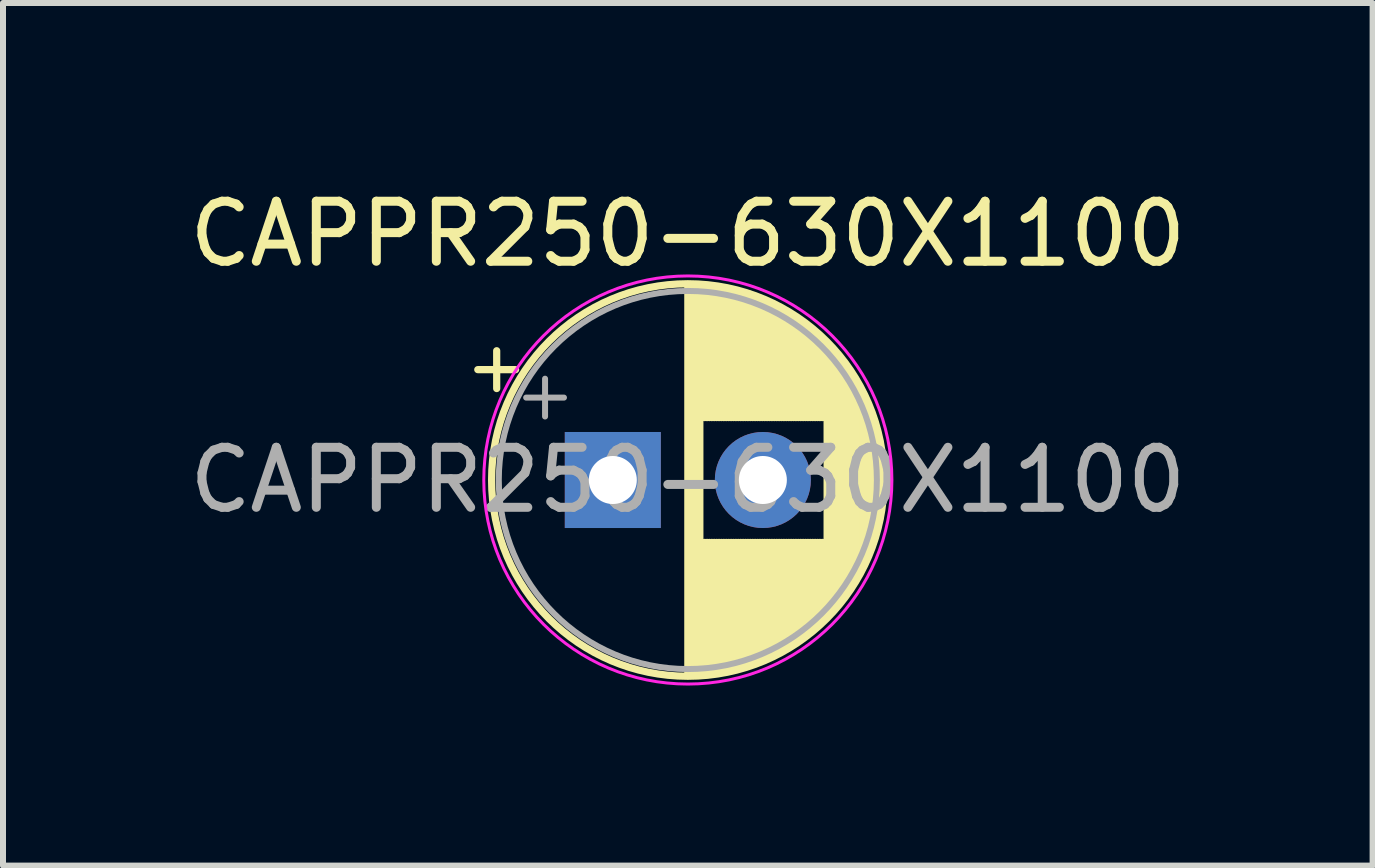
<source format=kicad_pcb>
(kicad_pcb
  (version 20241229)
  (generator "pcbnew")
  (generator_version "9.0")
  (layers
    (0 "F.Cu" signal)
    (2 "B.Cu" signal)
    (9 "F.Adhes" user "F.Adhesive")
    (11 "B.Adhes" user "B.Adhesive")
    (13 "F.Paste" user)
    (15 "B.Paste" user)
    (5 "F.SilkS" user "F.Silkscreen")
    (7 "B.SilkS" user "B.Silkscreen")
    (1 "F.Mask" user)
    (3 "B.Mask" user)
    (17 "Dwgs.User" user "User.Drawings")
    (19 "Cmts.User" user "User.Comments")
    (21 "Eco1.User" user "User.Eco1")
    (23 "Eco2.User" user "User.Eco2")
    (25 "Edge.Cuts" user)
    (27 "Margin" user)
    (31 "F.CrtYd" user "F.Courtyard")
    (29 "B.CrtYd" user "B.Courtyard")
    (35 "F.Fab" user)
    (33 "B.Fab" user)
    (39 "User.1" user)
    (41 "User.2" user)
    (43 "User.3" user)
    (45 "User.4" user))
  (footprint "CAPPR250-630X1100"
    (layer "F.Cu")
    (at 8.411 4.948)
    (property "Reference" "CAPPR250-630X1100" (at 0 -4.1 0) (layer "F.SilkS") (effects (font (size 1 1) (thickness 0.15))))
    (attr through_hole)
    (fp_line (start -3.5 -1.839) (end -2.87 -1.839) (stroke (width 0.12) (type solid)) (layer "F.SilkS"))
    (fp_line (start -3.185 -2.154) (end -3.185 -1.524) (stroke (width 0.12) (type solid)) (layer "F.SilkS"))
    (fp_line (start 0 -3.23) (end 0 3.23) (stroke (width 0.12) (type solid)) (layer "F.SilkS"))
    (fp_line (start 0.04 -3.23) (end 0.04 3.23) (stroke (width 0.12) (type solid)) (layer "F.SilkS"))
    (fp_line (start 0.08 -3.23) (end 0.08 3.23) (stroke (width 0.12) (type solid)) (layer "F.SilkS"))
    (fp_line (start 0.12 -3.228) (end 0.12 3.228) (stroke (width 0.12) (type solid)) (layer "F.SilkS"))
    (fp_line (start 0.16 -3.227) (end 0.16 3.227) (stroke (width 0.12) (type solid)) (layer "F.SilkS"))
    (fp_line (start 0.2 -3.224) (end 0.2 3.224) (stroke (width 0.12) (type solid)) (layer "F.SilkS"))
    (fp_line (start 0.24 -3.222) (end 0.24 -1.04) (stroke (width 0.12) (type solid)) (layer "F.SilkS"))
    (fp_line (start 0.24 1.04) (end 0.24 3.222) (stroke (width 0.12) (type solid)) (layer "F.SilkS"))
    (fp_line (start 0.28 -3.218) (end 0.28 -1.04) (stroke (width 0.12) (type solid)) (layer "F.SilkS"))
    (fp_line (start 0.28 1.04) (end 0.28 3.218) (stroke (width 0.12) (type solid)) (layer "F.SilkS"))
    (fp_line (start 0.32 -3.215) (end 0.32 -1.04) (stroke (width 0.12) (type solid)) (layer "F.SilkS"))
    (fp_line (start 0.32 1.04) (end 0.32 3.215) (stroke (width 0.12) (type solid)) (layer "F.SilkS"))
    (fp_line (start 0.36 -3.211) (end 0.36 -1.04) (stroke (width 0.12) (type solid)) (layer "F.SilkS"))
    (fp_line (start 0.36 1.04) (end 0.36 3.211) (stroke (width 0.12) (type solid)) (layer "F.SilkS"))
    (fp_line (start 0.4 -3.206) (end 0.4 -1.04) (stroke (width 0.12) (type solid)) (layer "F.SilkS"))
    (fp_line (start 0.4 1.04) (end 0.4 3.206) (stroke (width 0.12) (type solid)) (layer "F.SilkS"))
    (fp_line (start 0.44 -3.201) (end 0.44 -1.04) (stroke (width 0.12) (type solid)) (layer "F.SilkS"))
    (fp_line (start 0.44 1.04) (end 0.44 3.201) (stroke (width 0.12) (type solid)) (layer "F.SilkS"))
    (fp_line (start 0.48 -3.195) (end 0.48 -1.04) (stroke (width 0.12) (type solid)) (layer "F.SilkS"))
    (fp_line (start 0.48 1.04) (end 0.48 3.195) (stroke (width 0.12) (type solid)) (layer "F.SilkS"))
    (fp_line (start 0.52 -3.189) (end 0.52 -1.04) (stroke (width 0.12) (type solid)) (layer "F.SilkS"))
    (fp_line (start 0.52 1.04) (end 0.52 3.189) (stroke (width 0.12) (type solid)) (layer "F.SilkS"))
    (fp_line (start 0.56 -3.182) (end 0.56 -1.04) (stroke (width 0.12) (type solid)) (layer "F.SilkS"))
    (fp_line (start 0.56 1.04) (end 0.56 3.182) (stroke (width 0.12) (type solid)) (layer "F.SilkS"))
    (fp_line (start 0.6 -3.175) (end 0.6 -1.04) (stroke (width 0.12) (type solid)) (layer "F.SilkS"))
    (fp_line (start 0.6 1.04) (end 0.6 3.175) (stroke (width 0.12) (type solid)) (layer "F.SilkS"))
    (fp_line (start 0.64 -3.167) (end 0.64 -1.04) (stroke (width 0.12) (type solid)) (layer "F.SilkS"))
    (fp_line (start 0.64 1.04) (end 0.64 3.167) (stroke (width 0.12) (type solid)) (layer "F.SilkS"))
    (fp_line (start 0.68 -3.159) (end 0.68 -1.04) (stroke (width 0.12) (type solid)) (layer "F.SilkS"))
    (fp_line (start 0.68 1.04) (end 0.68 3.159) (stroke (width 0.12) (type solid)) (layer "F.SilkS"))
    (fp_line (start 0.721 -3.15) (end 0.721 -1.04) (stroke (width 0.12) (type solid)) (layer "F.SilkS"))
    (fp_line (start 0.721 1.04) (end 0.721 3.15) (stroke (width 0.12) (type solid)) (layer "F.SilkS"))
    (fp_line (start 0.761 -3.141) (end 0.761 -1.04) (stroke (width 0.12) (type solid)) (layer "F.SilkS"))
    (fp_line (start 0.761 1.04) (end 0.761 3.141) (stroke (width 0.12) (type solid)) (layer "F.SilkS"))
    (fp_line (start 0.801 -3.131) (end 0.801 -1.04) (stroke (width 0.12) (type solid)) (layer "F.SilkS"))
    (fp_line (start 0.801 1.04) (end 0.801 3.131) (stroke (width 0.12) (type solid)) (layer "F.SilkS"))
    (fp_line (start 0.841 -3.121) (end 0.841 -1.04) (stroke (width 0.12) (type solid)) (layer "F.SilkS"))
    (fp_line (start 0.841 1.04) (end 0.841 3.121) (stroke (width 0.12) (type solid)) (layer "F.SilkS"))
    (fp_line (start 0.881 -3.11) (end 0.881 -1.04) (stroke (width 0.12) (type solid)) (layer "F.SilkS"))
    (fp_line (start 0.881 1.04) (end 0.881 3.11) (stroke (width 0.12) (type solid)) (layer "F.SilkS"))
    (fp_line (start 0.921 -3.098) (end 0.921 -1.04) (stroke (width 0.12) (type solid)) (layer "F.SilkS"))
    (fp_line (start 0.921 1.04) (end 0.921 3.098) (stroke (width 0.12) (type solid)) (layer "F.SilkS"))
    (fp_line (start 0.961 -3.086) (end 0.961 -1.04) (stroke (width 0.12) (type solid)) (layer "F.SilkS"))
    (fp_line (start 0.961 1.04) (end 0.961 3.086) (stroke (width 0.12) (type solid)) (layer "F.SilkS"))
    (fp_line (start 1.001 -3.074) (end 1.001 -1.04) (stroke (width 0.12) (type solid)) (layer "F.SilkS"))
    (fp_line (start 1.001 1.04) (end 1.001 3.074) (stroke (width 0.12) (type solid)) (layer "F.SilkS"))
    (fp_line (start 1.041 -3.061) (end 1.041 -1.04) (stroke (width 0.12) (type solid)) (layer "F.SilkS"))
    (fp_line (start 1.041 1.04) (end 1.041 3.061) (stroke (width 0.12) (type solid)) (layer "F.SilkS"))
    (fp_line (start 1.081 -3.047) (end 1.081 -1.04) (stroke (width 0.12) (type solid)) (layer "F.SilkS"))
    (fp_line (start 1.081 1.04) (end 1.081 3.047) (stroke (width 0.12) (type solid)) (layer "F.SilkS"))
    (fp_line (start 1.121 -3.033) (end 1.121 -1.04) (stroke (width 0.12) (type solid)) (layer "F.SilkS"))
    (fp_line (start 1.121 1.04) (end 1.121 3.033) (stroke (width 0.12) (type solid)) (layer "F.SilkS"))
    (fp_line (start 1.161 -3.018) (end 1.161 -1.04) (stroke (width 0.12) (type solid)) (layer "F.SilkS"))
    (fp_line (start 1.161 1.04) (end 1.161 3.018) (stroke (width 0.12) (type solid)) (layer "F.SilkS"))
    (fp_line (start 1.201 -3.002) (end 1.201 -1.04) (stroke (width 0.12) (type solid)) (layer "F.SilkS"))
    (fp_line (start 1.201 1.04) (end 1.201 3.002) (stroke (width 0.12) (type solid)) (layer "F.SilkS"))
    (fp_line (start 1.241 -2.986) (end 1.241 -1.04) (stroke (width 0.12) (type solid)) (layer "F.SilkS"))
    (fp_line (start 1.241 1.04) (end 1.241 2.986) (stroke (width 0.12) (type solid)) (layer "F.SilkS"))
    (fp_line (start 1.281 -2.97) (end 1.281 -1.04) (stroke (width 0.12) (type solid)) (layer "F.SilkS"))
    (fp_line (start 1.281 1.04) (end 1.281 2.97) (stroke (width 0.12) (type solid)) (layer "F.SilkS"))
    (fp_line (start 1.321 -2.952) (end 1.321 -1.04) (stroke (width 0.12) (type solid)) (layer "F.SilkS"))
    (fp_line (start 1.321 1.04) (end 1.321 2.952) (stroke (width 0.12) (type solid)) (layer "F.SilkS"))
    (fp_line (start 1.361 -2.934) (end 1.361 -1.04) (stroke (width 0.12) (type solid)) (layer "F.SilkS"))
    (fp_line (start 1.361 1.04) (end 1.361 2.934) (stroke (width 0.12) (type solid)) (layer "F.SilkS"))
    (fp_line (start 1.401 -2.916) (end 1.401 -1.04) (stroke (width 0.12) (type solid)) (layer "F.SilkS"))
    (fp_line (start 1.401 1.04) (end 1.401 2.916) (stroke (width 0.12) (type solid)) (layer "F.SilkS"))
    (fp_line (start 1.441 -2.896) (end 1.441 -1.04) (stroke (width 0.12) (type solid)) (layer "F.SilkS"))
    (fp_line (start 1.441 1.04) (end 1.441 2.896) (stroke (width 0.12) (type solid)) (layer "F.SilkS"))
    (fp_line (start 1.481 -2.876) (end 1.481 -1.04) (stroke (width 0.12) (type solid)) (layer "F.SilkS"))
    (fp_line (start 1.481 1.04) (end 1.481 2.876) (stroke (width 0.12) (type solid)) (layer "F.SilkS"))
    (fp_line (start 1.521 -2.856) (end 1.521 -1.04) (stroke (width 0.12) (type solid)) (layer "F.SilkS"))
    (fp_line (start 1.521 1.04) (end 1.521 2.856) (stroke (width 0.12) (type solid)) (layer "F.SilkS"))
    (fp_line (start 1.561 -2.834) (end 1.561 -1.04) (stroke (width 0.12) (type solid)) (layer "F.SilkS"))
    (fp_line (start 1.561 1.04) (end 1.561 2.834) (stroke (width 0.12) (type solid)) (layer "F.SilkS"))
    (fp_line (start 1.601 -2.812) (end 1.601 -1.04) (stroke (width 0.12) (type solid)) (layer "F.SilkS"))
    (fp_line (start 1.601 1.04) (end 1.601 2.812) (stroke (width 0.12) (type solid)) (layer "F.SilkS"))
    (fp_line (start 1.641 -2.79) (end 1.641 -1.04) (stroke (width 0.12) (type solid)) (layer "F.SilkS"))
    (fp_line (start 1.641 1.04) (end 1.641 2.79) (stroke (width 0.12) (type solid)) (layer "F.SilkS"))
    (fp_line (start 1.681 -2.766) (end 1.681 -1.04) (stroke (width 0.12) (type solid)) (layer "F.SilkS"))
    (fp_line (start 1.681 1.04) (end 1.681 2.766) (stroke (width 0.12) (type solid)) (layer "F.SilkS"))
    (fp_line (start 1.721 -2.742) (end 1.721 -1.04) (stroke (width 0.12) (type solid)) (layer "F.SilkS"))
    (fp_line (start 1.721 1.04) (end 1.721 2.742) (stroke (width 0.12) (type solid)) (layer "F.SilkS"))
    (fp_line (start 1.761 -2.716) (end 1.761 -1.04) (stroke (width 0.12) (type solid)) (layer "F.SilkS"))
    (fp_line (start 1.761 1.04) (end 1.761 2.716) (stroke (width 0.12) (type solid)) (layer "F.SilkS"))
    (fp_line (start 1.801 -2.69) (end 1.801 -1.04) (stroke (width 0.12) (type solid)) (layer "F.SilkS"))
    (fp_line (start 1.801 1.04) (end 1.801 2.69) (stroke (width 0.12) (type solid)) (layer "F.SilkS"))
    (fp_line (start 1.841 -2.664) (end 1.841 -1.04) (stroke (width 0.12) (type solid)) (layer "F.SilkS"))
    (fp_line (start 1.841 1.04) (end 1.841 2.664) (stroke (width 0.12) (type solid)) (layer "F.SilkS"))
    (fp_line (start 1.881 -2.636) (end 1.881 -1.04) (stroke (width 0.12) (type solid)) (layer "F.SilkS"))
    (fp_line (start 1.881 1.04) (end 1.881 2.636) (stroke (width 0.12) (type solid)) (layer "F.SilkS"))
    (fp_line (start 1.921 -2.607) (end 1.921 -1.04) (stroke (width 0.12) (type solid)) (layer "F.SilkS"))
    (fp_line (start 1.921 1.04) (end 1.921 2.607) (stroke (width 0.12) (type solid)) (layer "F.SilkS"))
    (fp_line (start 1.961 -2.578) (end 1.961 -1.04) (stroke (width 0.12) (type solid)) (layer "F.SilkS"))
    (fp_line (start 1.961 1.04) (end 1.961 2.578) (stroke (width 0.12) (type solid)) (layer "F.SilkS"))
    (fp_line (start 2.001 -2.548) (end 2.001 -1.04) (stroke (width 0.12) (type solid)) (layer "F.SilkS"))
    (fp_line (start 2.001 1.04) (end 2.001 2.548) (stroke (width 0.12) (type solid)) (layer "F.SilkS"))
    (fp_line (start 2.041 -2.516) (end 2.041 -1.04) (stroke (width 0.12) (type solid)) (layer "F.SilkS"))
    (fp_line (start 2.041 1.04) (end 2.041 2.516) (stroke (width 0.12) (type solid)) (layer "F.SilkS"))
    (fp_line (start 2.081 -2.484) (end 2.081 -1.04) (stroke (width 0.12) (type solid)) (layer "F.SilkS"))
    (fp_line (start 2.081 1.04) (end 2.081 2.484) (stroke (width 0.12) (type solid)) (layer "F.SilkS"))
    (fp_line (start 2.121 -2.45) (end 2.121 -1.04) (stroke (width 0.12) (type solid)) (layer "F.SilkS"))
    (fp_line (start 2.121 1.04) (end 2.121 2.45) (stroke (width 0.12) (type solid)) (layer "F.SilkS"))
    (fp_line (start 2.161 -2.416) (end 2.161 -1.04) (stroke (width 0.12) (type solid)) (layer "F.SilkS"))
    (fp_line (start 2.161 1.04) (end 2.161 2.416) (stroke (width 0.12) (type solid)) (layer "F.SilkS"))
    (fp_line (start 2.201 -2.38) (end 2.201 -1.04) (stroke (width 0.12) (type solid)) (layer "F.SilkS"))
    (fp_line (start 2.201 1.04) (end 2.201 2.38) (stroke (width 0.12) (type solid)) (layer "F.SilkS"))
    (fp_line (start 2.241 -2.343) (end 2.241 -1.04) (stroke (width 0.12) (type solid)) (layer "F.SilkS"))
    (fp_line (start 2.241 1.04) (end 2.241 2.343) (stroke (width 0.12) (type solid)) (layer "F.SilkS"))
    (fp_line (start 2.281 -2.305) (end 2.281 -1.04) (stroke (width 0.12) (type solid)) (layer "F.SilkS"))
    (fp_line (start 2.281 1.04) (end 2.281 2.305) (stroke (width 0.12) (type solid)) (layer "F.SilkS"))
    (fp_line (start 2.321 -2.265) (end 2.321 2.265) (stroke (width 0.12) (type solid)) (layer "F.SilkS"))
    (fp_line (start 2.361 -2.224) (end 2.361 2.224) (stroke (width 0.12) (type solid)) (layer "F.SilkS"))
    (fp_line (start 2.401 -2.182) (end 2.401 2.182) (stroke (width 0.12) (type solid)) (layer "F.SilkS"))
    (fp_line (start 2.441 -2.137) (end 2.441 2.137) (stroke (width 0.12) (type solid)) (layer "F.SilkS"))
    (fp_line (start 2.481 -2.092) (end 2.481 2.092) (stroke (width 0.12) (type solid)) (layer "F.SilkS"))
    (fp_line (start 2.521 -2.044) (end 2.521 2.044) (stroke (width 0.12) (type solid)) (layer "F.SilkS"))
    (fp_line (start 2.561 -1.995) (end 2.561 1.995) (stroke (width 0.12) (type solid)) (layer "F.SilkS"))
    (fp_line (start 2.601 -1.944) (end 2.601 1.944) (stroke (width 0.12) (type solid)) (layer "F.SilkS"))
    (fp_line (start 2.641 -1.89) (end 2.641 1.89) (stroke (width 0.12) (type solid)) (layer "F.SilkS"))
    (fp_line (start 2.681 -1.834) (end 2.681 1.834) (stroke (width 0.12) (type solid)) (layer "F.SilkS"))
    (fp_line (start 2.721 -1.776) (end 2.721 1.776) (stroke (width 0.12) (type solid)) (layer "F.SilkS"))
    (fp_line (start 2.761 -1.714) (end 2.761 1.714) (stroke (width 0.12) (type solid)) (layer "F.SilkS"))
    (fp_line (start 2.801 -1.65) (end 2.801 1.65) (stroke (width 0.12) (type solid)) (layer "F.SilkS"))
    (fp_line (start 2.841 -1.581) (end 2.841 1.581) (stroke (width 0.12) (type solid)) (layer "F.SilkS"))
    (fp_line (start 2.881 -1.509) (end 2.881 1.509) (stroke (width 0.12) (type solid)) (layer "F.SilkS"))
    (fp_line (start 2.921 -1.432) (end 2.921 1.432) (stroke (width 0.12) (type solid)) (layer "F.SilkS"))
    (fp_line (start 2.961 -1.35) (end 2.961 1.35) (stroke (width 0.12) (type solid)) (layer "F.SilkS"))
    (fp_line (start 3.001 -1.262) (end 3.001 1.262) (stroke (width 0.12) (type solid)) (layer "F.SilkS"))
    (fp_line (start 3.041 -1.165) (end 3.041 1.165) (stroke (width 0.12) (type solid)) (layer "F.SilkS"))
    (fp_line (start 3.081 -1.059) (end 3.081 1.059) (stroke (width 0.12) (type solid)) (layer "F.SilkS"))
    (fp_line (start 3.121 -0.94) (end 3.121 0.94) (stroke (width 0.12) (type solid)) (layer "F.SilkS"))
    (fp_line (start 3.161 -0.802) (end 3.161 0.802) (stroke (width 0.12) (type solid)) (layer "F.SilkS"))
    (fp_line (start 3.201 -0.633) (end 3.201 0.633) (stroke (width 0.12) (type solid)) (layer "F.SilkS"))
    (fp_line (start 3.241 -0.402) (end 3.241 0.402) (stroke (width 0.12) (type solid)) (layer "F.SilkS"))
    (fp_circle (center 0 0) (end 3.27 0) (stroke (width 0.12) (type solid)) (fill no) (layer "F.SilkS"))
    (fp_circle (center 0 0) (end 3.4 0) (stroke (width 0.05) (type solid)) (fill no) (layer "F.CrtYd"))
    (fp_line (start -2.694 -1.373) (end -2.064 -1.373) (stroke (width 0.1) (type solid)) (layer "F.Fab"))
    (fp_line (start -2.379 -1.688) (end -2.379 -1.058) (stroke (width 0.1) (type solid)) (layer "F.Fab"))
    (fp_circle (center 0 0) (end 3.15 0) (stroke (width 0.1) (type solid)) (fill no) (layer "F.Fab"))
    (fp_text user "${REFERENCE}" (at 0 0 0) (layer "F.Fab") (effects (font (size 1 1) (thickness 0.15))))
    (pad "1" thru_hole rect (at -1.25 0) (size 1.6 1.6) (drill 0.8) (layers "*.Cu" "*.Mask"))
    (pad "2" thru_hole circle (at 1.25 0) (size 1.6 1.6) (drill 0.8) (layers "*.Cu" "*.Mask")))
  (gr_rect
    (start -3 -3)
    (end 19.821 11.373)
    (stroke (width 0.1) (type default))
    (fill no)
    (layer "Edge.Cuts")))
</source>
